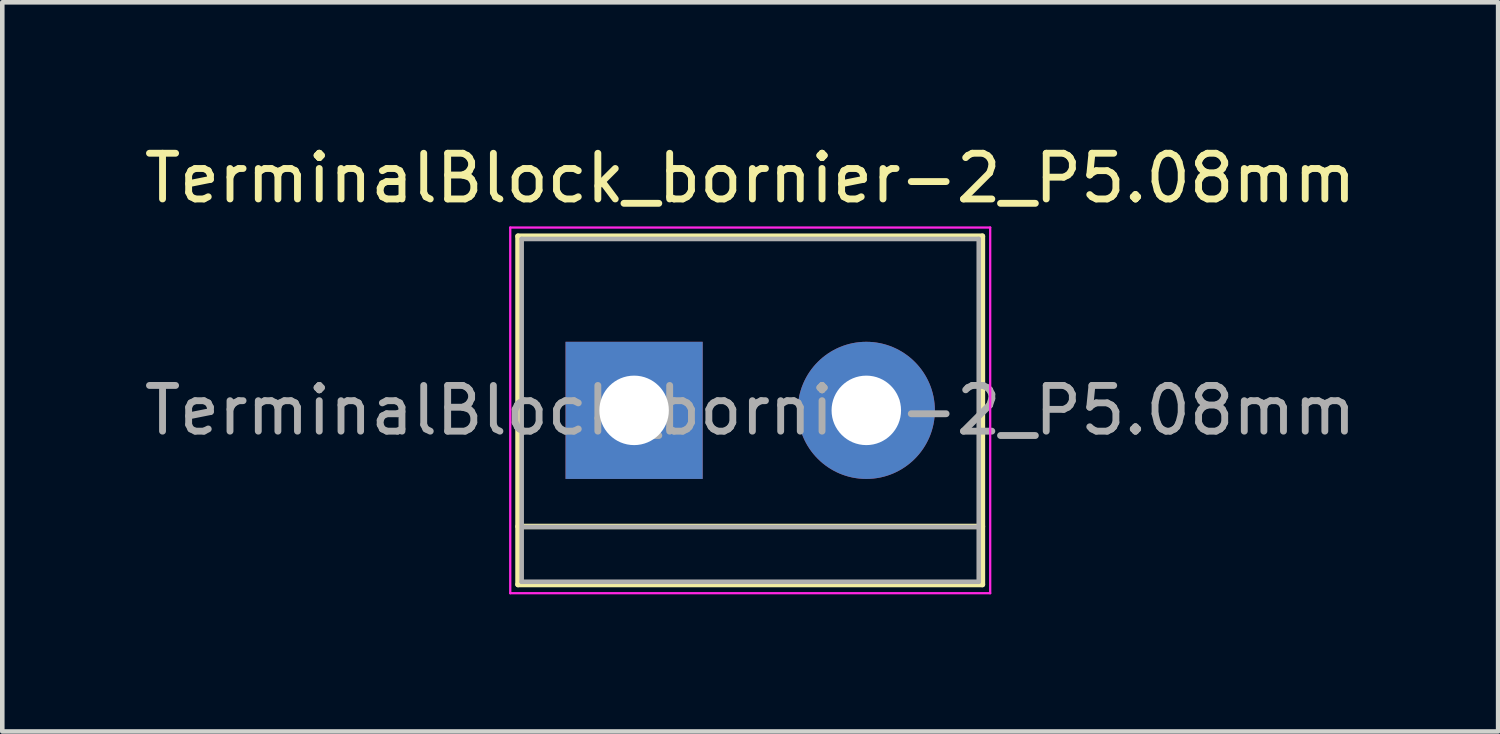
<source format=kicad_pcb>
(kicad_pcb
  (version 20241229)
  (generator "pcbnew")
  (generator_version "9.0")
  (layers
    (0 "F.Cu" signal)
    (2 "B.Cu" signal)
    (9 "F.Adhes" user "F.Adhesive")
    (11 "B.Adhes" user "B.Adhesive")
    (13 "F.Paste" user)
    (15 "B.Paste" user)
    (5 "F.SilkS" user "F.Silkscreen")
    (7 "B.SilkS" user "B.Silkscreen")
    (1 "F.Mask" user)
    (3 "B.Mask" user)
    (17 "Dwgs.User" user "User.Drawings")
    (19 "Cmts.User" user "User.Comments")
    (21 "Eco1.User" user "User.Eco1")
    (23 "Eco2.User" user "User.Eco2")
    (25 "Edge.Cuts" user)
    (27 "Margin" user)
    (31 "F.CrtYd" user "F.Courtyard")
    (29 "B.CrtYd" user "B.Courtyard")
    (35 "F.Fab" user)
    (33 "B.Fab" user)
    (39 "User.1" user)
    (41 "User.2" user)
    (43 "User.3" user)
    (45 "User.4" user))
  (footprint "TerminalBlock_bornier-2_P5.08mm"
    (layer "F.Cu")
    (at 10.823 5.928)
    (property "Reference" "TerminalBlock_bornier-2_P5.08mm" (at 2.54 -5.08 0) (layer "F.SilkS") (effects (font (size 1 1) (thickness 0.15))))
    (attr through_hole)
    (fp_line (start -2.54 -3.81) (end -2.54 3.81) (stroke (width 0.12) (type solid)) (layer "F.SilkS"))
    (fp_line (start -2.54 3.81) (end 7.62 3.81) (stroke (width 0.12) (type solid)) (layer "F.SilkS"))
    (fp_line (start 7.62 -3.81) (end -2.54 -3.81) (stroke (width 0.12) (type solid)) (layer "F.SilkS"))
    (fp_line (start 7.62 2.54) (end -2.54 2.54) (stroke (width 0.12) (type solid)) (layer "F.SilkS"))
    (fp_line (start 7.62 3.81) (end 7.62 -3.81) (stroke (width 0.12) (type solid)) (layer "F.SilkS"))
    (fp_line (start -2.71 -4) (end -2.71 4) (stroke (width 0.05) (type solid)) (layer "F.CrtYd"))
    (fp_line (start -2.71 -4) (end 7.79 -4) (stroke (width 0.05) (type solid)) (layer "F.CrtYd"))
    (fp_line (start 7.79 4) (end -2.71 4) (stroke (width 0.05) (type solid)) (layer "F.CrtYd"))
    (fp_line (start 7.79 4) (end 7.79 -4) (stroke (width 0.05) (type solid)) (layer "F.CrtYd"))
    (fp_line (start -2.46 -3.75) (end -2.46 3.75) (stroke (width 0.1) (type solid)) (layer "F.Fab"))
    (fp_line (start -2.46 3.75) (end 7.54 3.75) (stroke (width 0.1) (type solid)) (layer "F.Fab"))
    (fp_line (start -2.41 2.55) (end 7.49 2.55) (stroke (width 0.1) (type solid)) (layer "F.Fab"))
    (fp_line (start 7.54 -3.75) (end -2.46 -3.75) (stroke (width 0.1) (type solid)) (layer "F.Fab"))
    (fp_line (start 7.54 3.75) (end 7.54 -3.75) (stroke (width 0.1) (type solid)) (layer "F.Fab"))
    (fp_text user "${REFERENCE}" (at 2.54 0 0) (layer "F.Fab") (effects (font (size 1 1) (thickness 0.15))))
    (pad "1" thru_hole rect (at 0 0) (size 3 3) (drill 1.52) (layers "*.Cu" "*.Mask"))
    (pad "2" thru_hole circle (at 5.08 0) (size 3 3) (drill 1.52) (layers "*.Cu" "*.Mask")))
  (gr_rect
    (start -3 -3)
    (end 29.726 12.953)
    (stroke (width 0.1) (type default))
    (fill no)
    (layer "Edge.Cuts")))
</source>
